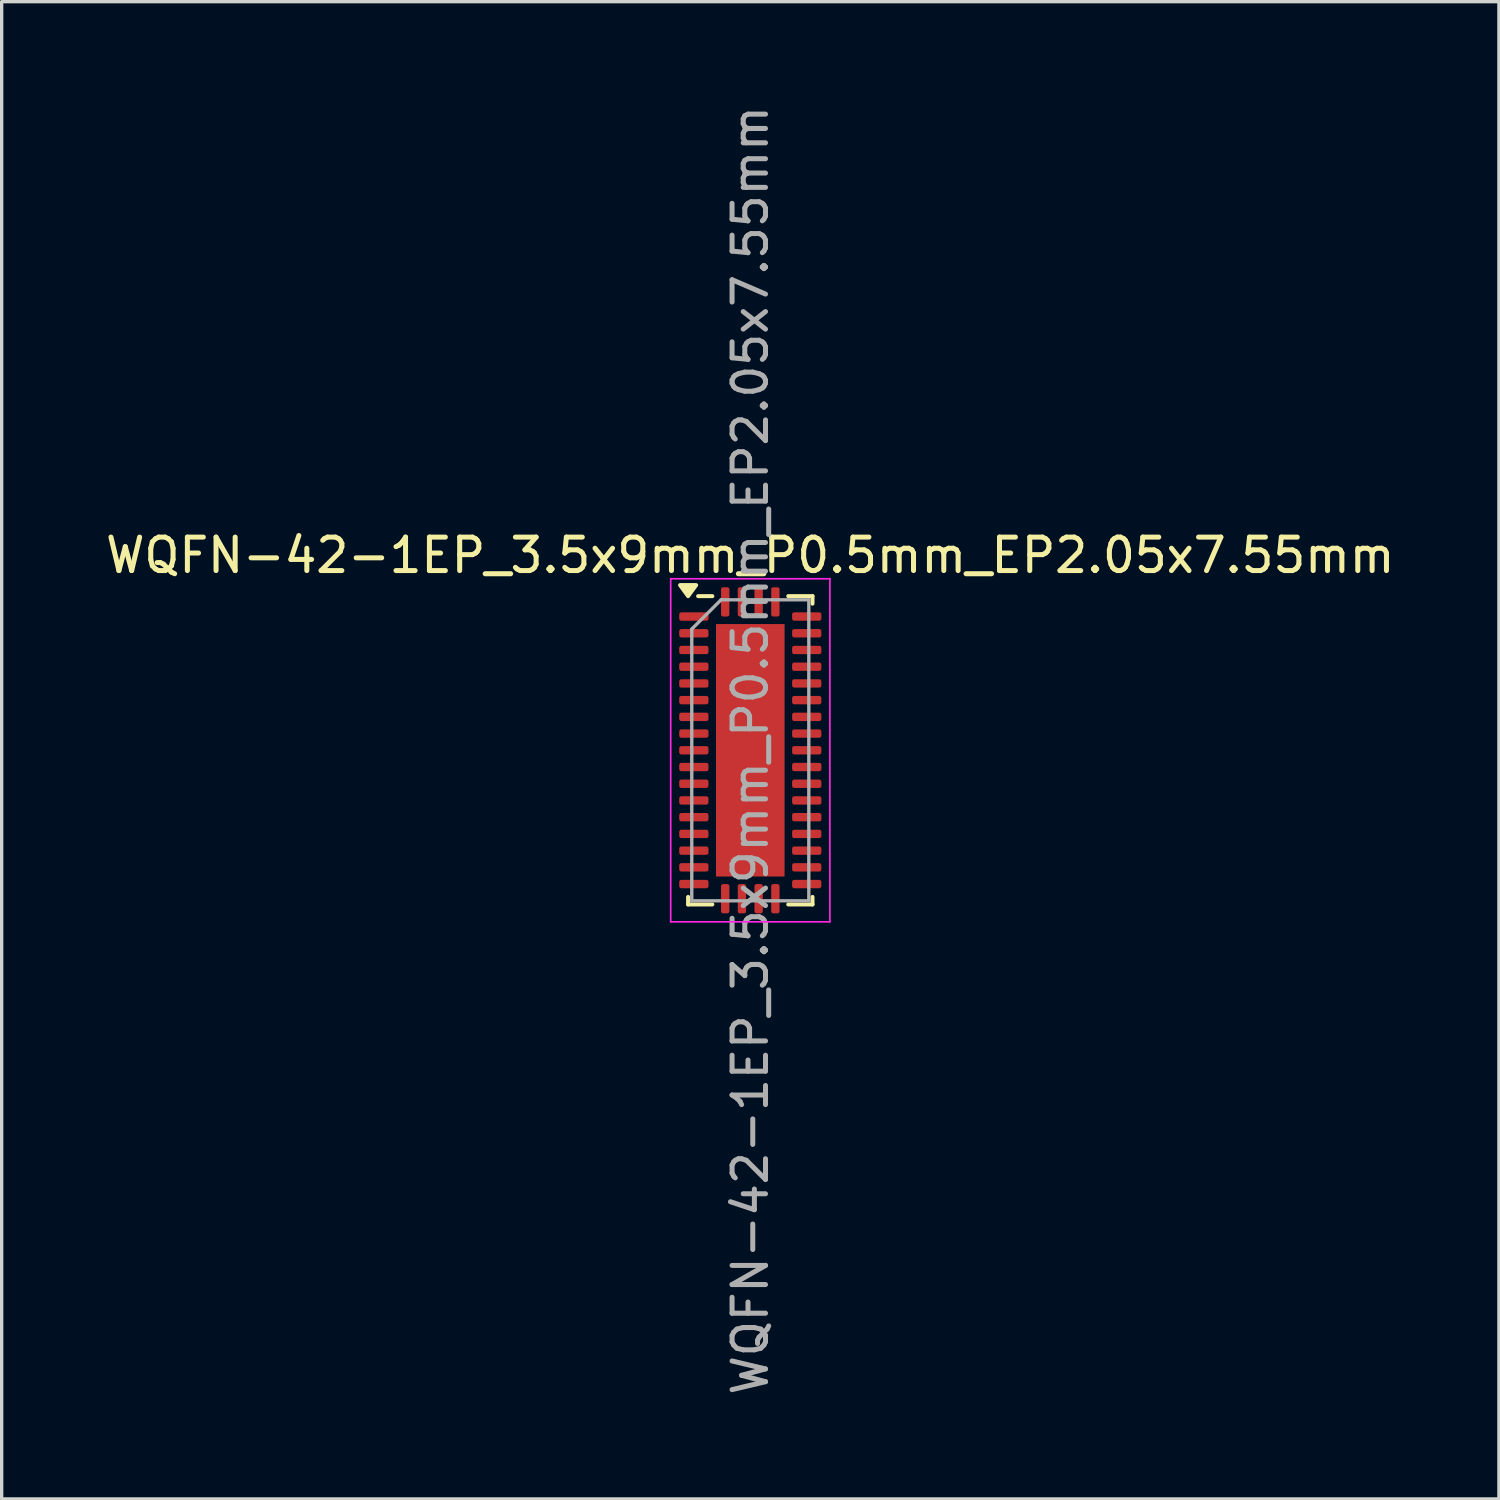
<source format=kicad_pcb>
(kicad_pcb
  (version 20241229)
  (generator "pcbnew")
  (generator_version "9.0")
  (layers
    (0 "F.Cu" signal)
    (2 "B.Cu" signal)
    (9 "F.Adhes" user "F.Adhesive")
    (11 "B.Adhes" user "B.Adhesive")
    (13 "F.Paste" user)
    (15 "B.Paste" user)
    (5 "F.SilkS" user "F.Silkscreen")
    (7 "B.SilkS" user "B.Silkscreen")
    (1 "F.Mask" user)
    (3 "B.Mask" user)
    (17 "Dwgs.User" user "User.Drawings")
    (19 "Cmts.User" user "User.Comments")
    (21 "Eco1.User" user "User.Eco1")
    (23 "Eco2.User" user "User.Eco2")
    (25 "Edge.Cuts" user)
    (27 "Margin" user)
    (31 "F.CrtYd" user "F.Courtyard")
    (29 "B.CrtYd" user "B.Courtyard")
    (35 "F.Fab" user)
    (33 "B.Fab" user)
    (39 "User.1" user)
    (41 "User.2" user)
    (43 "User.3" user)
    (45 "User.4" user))
  (footprint "WQFN-42-1EP_3.5x9mm_P0.5mm_EP2.05x7.55mm"
    (layer "F.Cu")
    (at 19.387 19.387)
    (property "Reference" "WQFN-42-1EP_3.5x9mm_P0.5mm_EP2.05x7.55mm" (at 0 -5.83 0) (layer "F.SilkS") (effects (font (size 1 1) (thickness 0.15))))
    (attr smd)
    (fp_line (start -1.86 4.61) (end -1.86 4.385) (stroke (width 0.12) (type solid)) (layer "F.SilkS"))
    (fp_line (start -1.135 -4.61) (end -1.56 -4.61) (stroke (width 0.12) (type solid)) (layer "F.SilkS"))
    (fp_line (start -1.135 4.61) (end -1.86 4.61) (stroke (width 0.12) (type solid)) (layer "F.SilkS"))
    (fp_line (start 1.135 -4.61) (end 1.86 -4.61) (stroke (width 0.12) (type solid)) (layer "F.SilkS"))
    (fp_line (start 1.135 4.61) (end 1.86 4.61) (stroke (width 0.12) (type solid)) (layer "F.SilkS"))
    (fp_line (start 1.86 -4.61) (end 1.86 -4.385) (stroke (width 0.12) (type solid)) (layer "F.SilkS"))
    (fp_line (start 1.86 4.61) (end 1.86 4.385) (stroke (width 0.12) (type solid)) (layer "F.SilkS"))
    (fp_poly (pts (xy -1.86 -4.61) (xy -2.1 -4.94) (xy -1.62 -4.94) (xy -1.86 -4.61)) (stroke (width 0.12) (type solid)) (fill yes) (layer "F.SilkS"))
    (fp_line (start -2.38 -5.13) (end -2.38 5.13) (stroke (width 0.05) (type solid)) (layer "F.CrtYd"))
    (fp_line (start -2.38 5.13) (end 2.38 5.13) (stroke (width 0.05) (type solid)) (layer "F.CrtYd"))
    (fp_line (start 2.38 -5.13) (end -2.38 -5.13) (stroke (width 0.05) (type solid)) (layer "F.CrtYd"))
    (fp_line (start 2.38 5.13) (end 2.38 -5.13) (stroke (width 0.05) (type solid)) (layer "F.CrtYd"))
    (fp_line (start -1.75 -3.625) (end -0.875 -4.5) (stroke (width 0.1) (type solid)) (layer "F.Fab"))
    (fp_line (start -1.75 4.5) (end -1.75 -3.625) (stroke (width 0.1) (type solid)) (layer "F.Fab"))
    (fp_line (start -0.875 -4.5) (end 1.75 -4.5) (stroke (width 0.1) (type solid)) (layer "F.Fab"))
    (fp_line (start 1.75 -4.5) (end 1.75 4.5) (stroke (width 0.1) (type solid)) (layer "F.Fab"))
    (fp_line (start 1.75 4.5) (end -1.75 4.5) (stroke (width 0.1) (type solid)) (layer "F.Fab"))
    (fp_text user "${REFERENCE}" (at 0 0 90) (layer "F.Fab") (effects (font (size 1 1) (thickness 0.15))))
    (pad "" smd roundrect (at -0.51 -3.24) (size 0.83 0.87) (layers "F.Paste") (roundrect_rratio 0.25))
    (pad "" smd roundrect (at -0.51 -2.16) (size 0.83 0.87) (layers "F.Paste") (roundrect_rratio 0.25))
    (pad "" smd roundrect (at -0.51 -1.08) (size 0.83 0.87) (layers "F.Paste") (roundrect_rratio 0.25))
    (pad "" smd roundrect (at -0.51 0) (size 0.83 0.87) (layers "F.Paste") (roundrect_rratio 0.25))
    (pad "" smd roundrect (at -0.51 1.08) (size 0.83 0.87) (layers "F.Paste") (roundrect_rratio 0.25))
    (pad "" smd roundrect (at -0.51 2.16) (size 0.83 0.87) (layers "F.Paste") (roundrect_rratio 0.25))
    (pad "" smd roundrect (at -0.51 3.24) (size 0.83 0.87) (layers "F.Paste") (roundrect_rratio 0.25))
    (pad "" smd roundrect (at 0.51 -3.24) (size 0.83 0.87) (layers "F.Paste") (roundrect_rratio 0.25))
    (pad "" smd roundrect (at 0.51 -2.16) (size 0.83 0.87) (layers "F.Paste") (roundrect_rratio 0.25))
    (pad "" smd roundrect (at 0.51 -1.08) (size 0.83 0.87) (layers "F.Paste") (roundrect_rratio 0.25))
    (pad "" smd roundrect (at 0.51 0) (size 0.83 0.87) (layers "F.Paste") (roundrect_rratio 0.25))
    (pad "" smd roundrect (at 0.51 1.08) (size 0.83 0.87) (layers "F.Paste") (roundrect_rratio 0.25))
    (pad "" smd roundrect (at 0.51 2.16) (size 0.83 0.87) (layers "F.Paste") (roundrect_rratio 0.25))
    (pad "" smd roundrect (at 0.51 3.24) (size 0.83 0.87) (layers "F.Paste") (roundrect_rratio 0.25))
    (pad "1" smd roundrect (at -1.688 -4) (size 0.875 0.25) (layers "F.Cu" "F.Mask" "F.Paste") (roundrect_rratio 0.25))
    (pad "2" smd roundrect (at -1.688 -3.5) (size 0.875 0.25) (layers "F.Cu" "F.Mask" "F.Paste") (roundrect_rratio 0.25))
    (pad "3" smd roundrect (at -1.688 -3) (size 0.875 0.25) (layers "F.Cu" "F.Mask" "F.Paste") (roundrect_rratio 0.25))
    (pad "4" smd roundrect (at -1.688 -2.5) (size 0.875 0.25) (layers "F.Cu" "F.Mask" "F.Paste") (roundrect_rratio 0.25))
    (pad "5" smd roundrect (at -1.688 -2) (size 0.875 0.25) (layers "F.Cu" "F.Mask" "F.Paste") (roundrect_rratio 0.25))
    (pad "6" smd roundrect (at -1.688 -1.5) (size 0.875 0.25) (layers "F.Cu" "F.Mask" "F.Paste") (roundrect_rratio 0.25))
    (pad "7" smd roundrect (at -1.688 -1) (size 0.875 0.25) (layers "F.Cu" "F.Mask" "F.Paste") (roundrect_rratio 0.25))
    (pad "8" smd roundrect (at -1.688 -0.5) (size 0.875 0.25) (layers "F.Cu" "F.Mask" "F.Paste") (roundrect_rratio 0.25))
    (pad "9" smd roundrect (at -1.688 0) (size 0.875 0.25) (layers "F.Cu" "F.Mask" "F.Paste") (roundrect_rratio 0.25))
    (pad "10" smd roundrect (at -1.688 0.5) (size 0.875 0.25) (layers "F.Cu" "F.Mask" "F.Paste") (roundrect_rratio 0.25))
    (pad "11" smd roundrect (at -1.688 1) (size 0.875 0.25) (layers "F.Cu" "F.Mask" "F.Paste") (roundrect_rratio 0.25))
    (pad "12" smd roundrect (at -1.688 1.5) (size 0.875 0.25) (layers "F.Cu" "F.Mask" "F.Paste") (roundrect_rratio 0.25))
    (pad "13" smd roundrect (at -1.688 2) (size 0.875 0.25) (layers "F.Cu" "F.Mask" "F.Paste") (roundrect_rratio 0.25))
    (pad "14" smd roundrect (at -1.688 2.5) (size 0.875 0.25) (layers "F.Cu" "F.Mask" "F.Paste") (roundrect_rratio 0.25))
    (pad "15" smd roundrect (at -1.688 3) (size 0.875 0.25) (layers "F.Cu" "F.Mask" "F.Paste") (roundrect_rratio 0.25))
    (pad "16" smd roundrect (at -1.688 3.5) (size 0.875 0.25) (layers "F.Cu" "F.Mask" "F.Paste") (roundrect_rratio 0.25))
    (pad "17" smd roundrect (at -1.688 4) (size 0.875 0.25) (layers "F.Cu" "F.Mask" "F.Paste") (roundrect_rratio 0.25))
    (pad "18" smd roundrect (at -0.75 4.438) (size 0.25 0.875) (layers "F.Cu" "F.Mask" "F.Paste") (roundrect_rratio 0.25))
    (pad "19" smd roundrect (at -0.25 4.438) (size 0.25 0.875) (layers "F.Cu" "F.Mask" "F.Paste") (roundrect_rratio 0.25))
    (pad "20" smd roundrect (at 0.25 4.438) (size 0.25 0.875) (layers "F.Cu" "F.Mask" "F.Paste") (roundrect_rratio 0.25))
    (pad "21" smd roundrect (at 0.75 4.438) (size 0.25 0.875) (layers "F.Cu" "F.Mask" "F.Paste") (roundrect_rratio 0.25))
    (pad "22" smd roundrect (at 1.688 4) (size 0.875 0.25) (layers "F.Cu" "F.Mask" "F.Paste") (roundrect_rratio 0.25))
    (pad "23" smd roundrect (at 1.688 3.5) (size 0.875 0.25) (layers "F.Cu" "F.Mask" "F.Paste") (roundrect_rratio 0.25))
    (pad "24" smd roundrect (at 1.688 3) (size 0.875 0.25) (layers "F.Cu" "F.Mask" "F.Paste") (roundrect_rratio 0.25))
    (pad "25" smd roundrect (at 1.688 2.5) (size 0.875 0.25) (layers "F.Cu" "F.Mask" "F.Paste") (roundrect_rratio 0.25))
    (pad "26" smd roundrect (at 1.688 2) (size 0.875 0.25) (layers "F.Cu" "F.Mask" "F.Paste") (roundrect_rratio 0.25))
    (pad "27" smd roundrect (at 1.688 1.5) (size 0.875 0.25) (layers "F.Cu" "F.Mask" "F.Paste") (roundrect_rratio 0.25))
    (pad "28" smd roundrect (at 1.688 1) (size 0.875 0.25) (layers "F.Cu" "F.Mask" "F.Paste") (roundrect_rratio 0.25))
    (pad "29" smd roundrect (at 1.688 0.5) (size 0.875 0.25) (layers "F.Cu" "F.Mask" "F.Paste") (roundrect_rratio 0.25))
    (pad "30" smd roundrect (at 1.688 0) (size 0.875 0.25) (layers "F.Cu" "F.Mask" "F.Paste") (roundrect_rratio 0.25))
    (pad "31" smd roundrect (at 1.688 -0.5) (size 0.875 0.25) (layers "F.Cu" "F.Mask" "F.Paste") (roundrect_rratio 0.25))
    (pad "32" smd roundrect (at 1.688 -1) (size 0.875 0.25) (layers "F.Cu" "F.Mask" "F.Paste") (roundrect_rratio 0.25))
    (pad "33" smd roundrect (at 1.688 -1.5) (size 0.875 0.25) (layers "F.Cu" "F.Mask" "F.Paste") (roundrect_rratio 0.25))
    (pad "34" smd roundrect (at 1.688 -2) (size 0.875 0.25) (layers "F.Cu" "F.Mask" "F.Paste") (roundrect_rratio 0.25))
    (pad "35" smd roundrect (at 1.688 -2.5) (size 0.875 0.25) (layers "F.Cu" "F.Mask" "F.Paste") (roundrect_rratio 0.25))
    (pad "36" smd roundrect (at 1.688 -3) (size 0.875 0.25) (layers "F.Cu" "F.Mask" "F.Paste") (roundrect_rratio 0.25))
    (pad "37" smd roundrect (at 1.688 -3.5) (size 0.875 0.25) (layers "F.Cu" "F.Mask" "F.Paste") (roundrect_rratio 0.25))
    (pad "38" smd roundrect (at 1.688 -4) (size 0.875 0.25) (layers "F.Cu" "F.Mask" "F.Paste") (roundrect_rratio 0.25))
    (pad "39" smd roundrect (at 0.75 -4.438) (size 0.25 0.875) (layers "F.Cu" "F.Mask" "F.Paste") (roundrect_rratio 0.25))
    (pad "40" smd roundrect (at 0.25 -4.438) (size 0.25 0.875) (layers "F.Cu" "F.Mask" "F.Paste") (roundrect_rratio 0.25))
    (pad "41" smd roundrect (at -0.25 -4.438) (size 0.25 0.875) (layers "F.Cu" "F.Mask" "F.Paste") (roundrect_rratio 0.25))
    (pad "42" smd roundrect (at -0.75 -4.438) (size 0.25 0.875) (layers "F.Cu" "F.Mask" "F.Paste") (roundrect_rratio 0.25))
    (pad "43" smd rect (at 0 0) (size 2.05 7.55) (property pad_prop_heatsink) (layers "F.Cu" "F.Mask")))
  (gr_rect
    (start -3 -3)
    (end 41.774 41.774)
    (stroke (width 0.1) (type default))
    (fill no)
    (layer "Edge.Cuts")))
</source>
